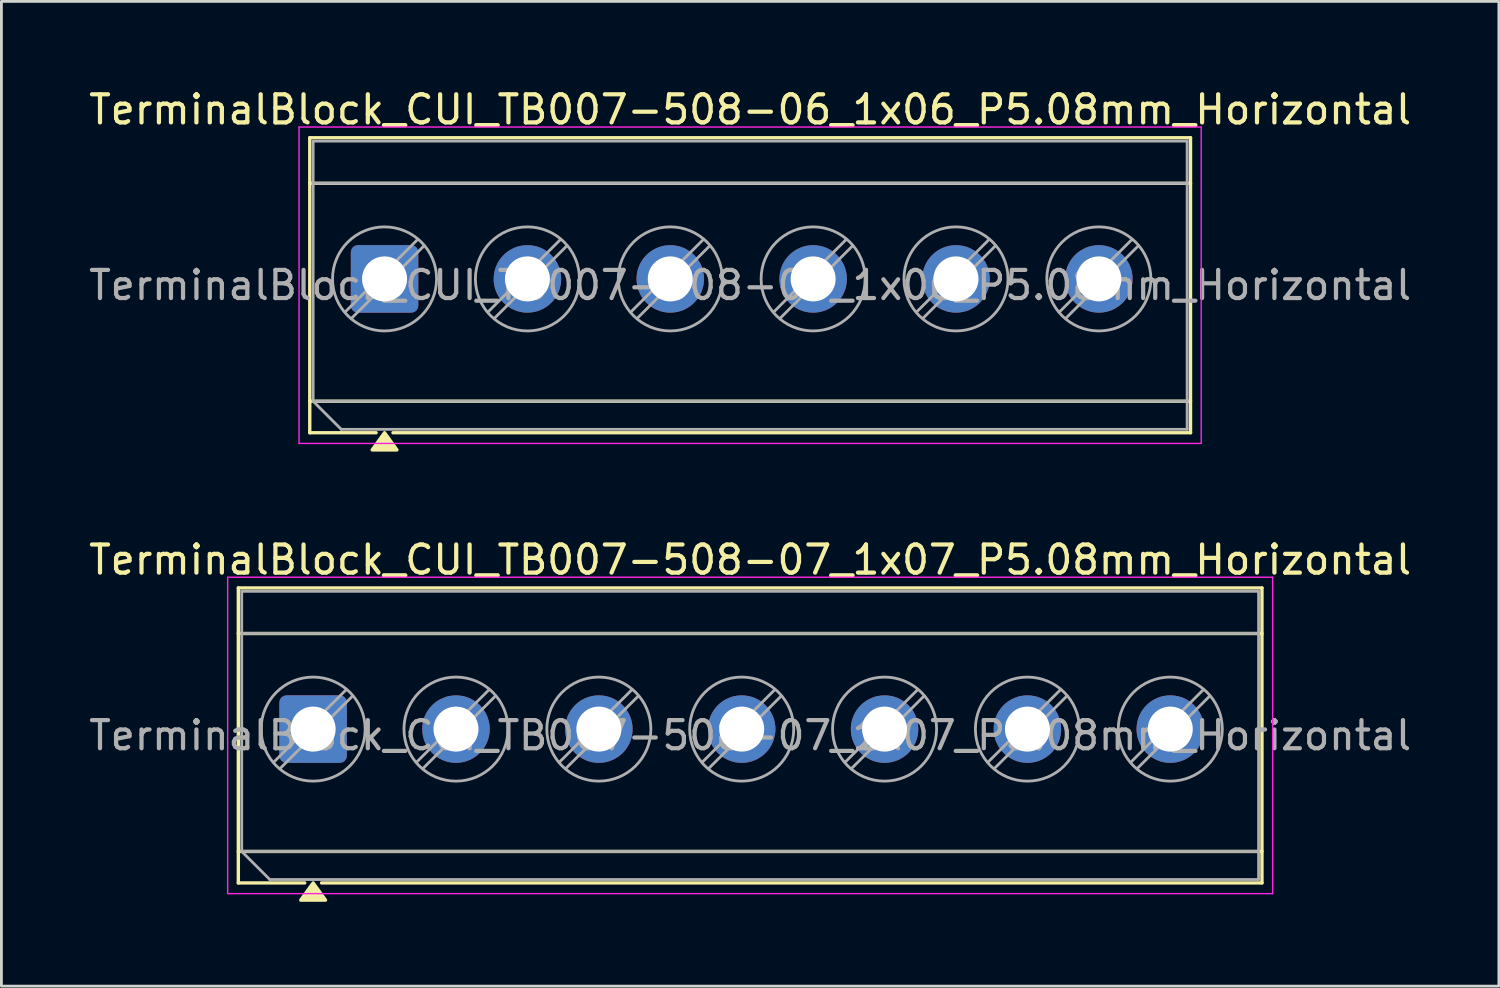
<source format=kicad_pcb>
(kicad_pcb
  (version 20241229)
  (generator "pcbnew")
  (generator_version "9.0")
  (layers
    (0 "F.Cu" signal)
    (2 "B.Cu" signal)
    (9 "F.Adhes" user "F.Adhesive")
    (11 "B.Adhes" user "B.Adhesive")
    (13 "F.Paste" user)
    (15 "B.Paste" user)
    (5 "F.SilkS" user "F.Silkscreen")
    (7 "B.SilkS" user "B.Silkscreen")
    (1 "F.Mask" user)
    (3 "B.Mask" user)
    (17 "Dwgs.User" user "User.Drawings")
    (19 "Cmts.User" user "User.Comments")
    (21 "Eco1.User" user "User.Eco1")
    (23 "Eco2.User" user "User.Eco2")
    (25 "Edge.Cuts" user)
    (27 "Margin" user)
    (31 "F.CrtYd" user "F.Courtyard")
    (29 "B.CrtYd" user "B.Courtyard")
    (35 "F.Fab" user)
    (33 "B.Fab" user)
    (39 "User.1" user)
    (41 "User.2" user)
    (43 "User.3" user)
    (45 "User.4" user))
  (footprint "TerminalBlock_CUI_TB007-508-07_1x07_P5.08mm_Horizontal"
    (layer "F.Cu")
    (at 8.085 22.877)
    (property "Reference" "TerminalBlock_CUI_TB007-508-07_1x07_P5.08mm_Horizontal" (at 15.54 -6.02 0) (layer "F.SilkS") (effects (font (size 1 1) (thickness 0.15))))
    (attr through_hole)
    (fp_line (start -2.66 -5.02) (end 33.74 -5.02) (stroke (width 0.12) (type solid)) (layer "F.SilkS"))
    (fp_line (start -2.66 -3.4) (end 33.74 -3.4) (stroke (width 0.12) (type solid)) (layer "F.SilkS"))
    (fp_line (start -2.66 4.35) (end 33.74 4.35) (stroke (width 0.12) (type solid)) (layer "F.SilkS"))
    (fp_line (start -2.66 5.47) (end -2.66 -5.02) (stroke (width 0.12) (type solid)) (layer "F.SilkS"))
    (fp_line (start -0.3 5.47) (end -2.66 5.47) (stroke (width 0.12) (type solid)) (layer "F.SilkS"))
    (fp_line (start 33.74 -5.02) (end 33.74 5.47) (stroke (width 0.12) (type solid)) (layer "F.SilkS"))
    (fp_line (start 33.74 5.47) (end 0.3 5.47) (stroke (width 0.12) (type solid)) (layer "F.SilkS"))
    (fp_poly (pts (xy 0 5.47) (xy 0.44 6.08) (xy -0.44 6.08)) (stroke (width 0.12) (type solid)) (fill yes) (layer "F.SilkS"))
    (fp_line (start -3.04 -5.4) (end -3.04 5.85) (stroke (width 0.05) (type solid)) (layer "F.CrtYd"))
    (fp_line (start -3.04 5.85) (end 34.12 5.85) (stroke (width 0.05) (type solid)) (layer "F.CrtYd"))
    (fp_line (start 34.12 -5.4) (end -3.04 -5.4) (stroke (width 0.05) (type solid)) (layer "F.CrtYd"))
    (fp_line (start 34.12 5.85) (end 34.12 -5.4) (stroke (width 0.05) (type solid)) (layer "F.CrtYd"))
    (fp_line (start -2.54 -4.9) (end 33.62 -4.9) (stroke (width 0.1) (type solid)) (layer "F.Fab"))
    (fp_line (start -2.54 -3.4) (end 33.62 -3.4) (stroke (width 0.1) (type solid)) (layer "F.Fab"))
    (fp_line (start -2.54 4.35) (end -2.54 -4.9) (stroke (width 0.1) (type solid)) (layer "F.Fab"))
    (fp_line (start -2.54 4.35) (end 33.62 4.35) (stroke (width 0.1) (type solid)) (layer "F.Fab"))
    (fp_line (start -1.54 5.35) (end -2.54 4.35) (stroke (width 0.1) (type solid)) (layer "F.Fab"))
    (fp_line (start 1.177 -1.403) (end -1.403 1.177) (stroke (width 0.1) (type solid)) (layer "F.Fab"))
    (fp_line (start 1.403 -1.177) (end -1.177 1.403) (stroke (width 0.1) (type solid)) (layer "F.Fab"))
    (fp_line (start 6.257 -1.403) (end 3.677 1.177) (stroke (width 0.1) (type solid)) (layer "F.Fab"))
    (fp_line (start 6.483 -1.177) (end 3.903 1.403) (stroke (width 0.1) (type solid)) (layer "F.Fab"))
    (fp_line (start 11.337 -1.403) (end 8.757 1.177) (stroke (width 0.1) (type solid)) (layer "F.Fab"))
    (fp_line (start 11.563 -1.177) (end 8.983 1.403) (stroke (width 0.1) (type solid)) (layer "F.Fab"))
    (fp_line (start 16.417 -1.403) (end 13.837 1.177) (stroke (width 0.1) (type solid)) (layer "F.Fab"))
    (fp_line (start 16.643 -1.177) (end 14.063 1.403) (stroke (width 0.1) (type solid)) (layer "F.Fab"))
    (fp_line (start 21.497 -1.403) (end 18.917 1.177) (stroke (width 0.1) (type solid)) (layer "F.Fab"))
    (fp_line (start 21.723 -1.177) (end 19.143 1.403) (stroke (width 0.1) (type solid)) (layer "F.Fab"))
    (fp_line (start 26.577 -1.403) (end 23.997 1.177) (stroke (width 0.1) (type solid)) (layer "F.Fab"))
    (fp_line (start 26.803 -1.177) (end 24.223 1.403) (stroke (width 0.1) (type solid)) (layer "F.Fab"))
    (fp_line (start 31.657 -1.403) (end 29.077 1.177) (stroke (width 0.1) (type solid)) (layer "F.Fab"))
    (fp_line (start 31.883 -1.177) (end 29.303 1.403) (stroke (width 0.1) (type solid)) (layer "F.Fab"))
    (fp_line (start 33.62 -4.9) (end 33.62 5.35) (stroke (width 0.1) (type solid)) (layer "F.Fab"))
    (fp_line (start 33.62 5.35) (end -1.54 5.35) (stroke (width 0.1) (type solid)) (layer "F.Fab"))
    (fp_circle (center 0 0) (end 1.85 0) (stroke (width 0.1) (type solid)) (fill no) (layer "F.Fab"))
    (fp_circle (center 5.08 0) (end 6.93 0) (stroke (width 0.1) (type solid)) (fill no) (layer "F.Fab"))
    (fp_circle (center 10.16 0) (end 12.01 0) (stroke (width 0.1) (type solid)) (fill no) (layer "F.Fab"))
    (fp_circle (center 15.24 0) (end 17.09 0) (stroke (width 0.1) (type solid)) (fill no) (layer "F.Fab"))
    (fp_circle (center 20.32 0) (end 22.17 0) (stroke (width 0.1) (type solid)) (fill no) (layer "F.Fab"))
    (fp_circle (center 25.4 0) (end 27.25 0) (stroke (width 0.1) (type solid)) (fill no) (layer "F.Fab"))
    (fp_circle (center 30.48 0) (end 32.33 0) (stroke (width 0.1) (type solid)) (fill no) (layer "F.Fab"))
    (fp_text user "${REFERENCE}" (at 15.54 0.225 0) (layer "F.Fab") (effects (font (size 1 1) (thickness 0.15))))
    (pad "1" thru_hole roundrect (at 0 0) (size 2.4 2.4) (drill 1.6) (layers "*.Cu" "*.Mask") (roundrect_rratio 0.104))
    (pad "2" thru_hole circle (at 5.08 0) (size 2.4 2.4) (drill 1.6) (layers "*.Cu" "*.Mask"))
    (pad "3" thru_hole circle (at 10.16 0) (size 2.4 2.4) (drill 1.6) (layers "*.Cu" "*.Mask"))
    (pad "4" thru_hole circle (at 15.24 0) (size 2.4 2.4) (drill 1.6) (layers "*.Cu" "*.Mask"))
    (pad "5" thru_hole circle (at 20.32 0) (size 2.4 2.4) (drill 1.6) (layers "*.Cu" "*.Mask"))
    (pad "6" thru_hole circle (at 25.4 0) (size 2.4 2.4) (drill 1.6) (layers "*.Cu" "*.Mask"))
    (pad "7" thru_hole circle (at 30.48 0) (size 2.4 2.4) (drill 1.6) (layers "*.Cu" "*.Mask")))
  (footprint "TerminalBlock_CUI_TB007-508-06_1x06_P5.08mm_Horizontal"
    (layer "F.Cu")
    (at 10.625 6.868)
    (property "Reference" "TerminalBlock_CUI_TB007-508-06_1x06_P5.08mm_Horizontal" (at 13 -6.02 0) (layer "F.SilkS") (effects (font (size 1 1) (thickness 0.15))))
    (attr through_hole)
    (fp_line (start -2.66 -5.02) (end 28.66 -5.02) (stroke (width 0.12) (type solid)) (layer "F.SilkS"))
    (fp_line (start -2.66 -3.4) (end 28.66 -3.4) (stroke (width 0.12) (type solid)) (layer "F.SilkS"))
    (fp_line (start -2.66 4.35) (end 28.66 4.35) (stroke (width 0.12) (type solid)) (layer "F.SilkS"))
    (fp_line (start -2.66 5.47) (end -2.66 -5.02) (stroke (width 0.12) (type solid)) (layer "F.SilkS"))
    (fp_line (start -0.3 5.47) (end -2.66 5.47) (stroke (width 0.12) (type solid)) (layer "F.SilkS"))
    (fp_line (start 28.66 -5.02) (end 28.66 5.47) (stroke (width 0.12) (type solid)) (layer "F.SilkS"))
    (fp_line (start 28.66 5.47) (end 0.3 5.47) (stroke (width 0.12) (type solid)) (layer "F.SilkS"))
    (fp_poly (pts (xy 0 5.47) (xy 0.44 6.08) (xy -0.44 6.08)) (stroke (width 0.12) (type solid)) (fill yes) (layer "F.SilkS"))
    (fp_line (start -3.04 -5.4) (end -3.04 5.85) (stroke (width 0.05) (type solid)) (layer "F.CrtYd"))
    (fp_line (start -3.04 5.85) (end 29.04 5.85) (stroke (width 0.05) (type solid)) (layer "F.CrtYd"))
    (fp_line (start 29.04 -5.4) (end -3.04 -5.4) (stroke (width 0.05) (type solid)) (layer "F.CrtYd"))
    (fp_line (start 29.04 5.85) (end 29.04 -5.4) (stroke (width 0.05) (type solid)) (layer "F.CrtYd"))
    (fp_line (start -2.54 -4.9) (end 28.54 -4.9) (stroke (width 0.1) (type solid)) (layer "F.Fab"))
    (fp_line (start -2.54 -3.4) (end 28.54 -3.4) (stroke (width 0.1) (type solid)) (layer "F.Fab"))
    (fp_line (start -2.54 4.35) (end -2.54 -4.9) (stroke (width 0.1) (type solid)) (layer "F.Fab"))
    (fp_line (start -2.54 4.35) (end 28.54 4.35) (stroke (width 0.1) (type solid)) (layer "F.Fab"))
    (fp_line (start -1.54 5.35) (end -2.54 4.35) (stroke (width 0.1) (type solid)) (layer "F.Fab"))
    (fp_line (start 1.177 -1.403) (end -1.403 1.177) (stroke (width 0.1) (type solid)) (layer "F.Fab"))
    (fp_line (start 1.403 -1.177) (end -1.177 1.403) (stroke (width 0.1) (type solid)) (layer "F.Fab"))
    (fp_line (start 6.257 -1.403) (end 3.677 1.177) (stroke (width 0.1) (type solid)) (layer "F.Fab"))
    (fp_line (start 6.483 -1.177) (end 3.903 1.403) (stroke (width 0.1) (type solid)) (layer "F.Fab"))
    (fp_line (start 11.337 -1.403) (end 8.757 1.177) (stroke (width 0.1) (type solid)) (layer "F.Fab"))
    (fp_line (start 11.563 -1.177) (end 8.983 1.403) (stroke (width 0.1) (type solid)) (layer "F.Fab"))
    (fp_line (start 16.417 -1.403) (end 13.837 1.177) (stroke (width 0.1) (type solid)) (layer "F.Fab"))
    (fp_line (start 16.643 -1.177) (end 14.063 1.403) (stroke (width 0.1) (type solid)) (layer "F.Fab"))
    (fp_line (start 21.497 -1.403) (end 18.917 1.177) (stroke (width 0.1) (type solid)) (layer "F.Fab"))
    (fp_line (start 21.723 -1.177) (end 19.143 1.403) (stroke (width 0.1) (type solid)) (layer "F.Fab"))
    (fp_line (start 26.577 -1.403) (end 23.997 1.177) (stroke (width 0.1) (type solid)) (layer "F.Fab"))
    (fp_line (start 26.803 -1.177) (end 24.223 1.403) (stroke (width 0.1) (type solid)) (layer "F.Fab"))
    (fp_line (start 28.54 -4.9) (end 28.54 5.35) (stroke (width 0.1) (type solid)) (layer "F.Fab"))
    (fp_line (start 28.54 5.35) (end -1.54 5.35) (stroke (width 0.1) (type solid)) (layer "F.Fab"))
    (fp_circle (center 0 0) (end 1.85 0) (stroke (width 0.1) (type solid)) (fill no) (layer "F.Fab"))
    (fp_circle (center 5.08 0) (end 6.93 0) (stroke (width 0.1) (type solid)) (fill no) (layer "F.Fab"))
    (fp_circle (center 10.16 0) (end 12.01 0) (stroke (width 0.1) (type solid)) (fill no) (layer "F.Fab"))
    (fp_circle (center 15.24 0) (end 17.09 0) (stroke (width 0.1) (type solid)) (fill no) (layer "F.Fab"))
    (fp_circle (center 20.32 0) (end 22.17 0) (stroke (width 0.1) (type solid)) (fill no) (layer "F.Fab"))
    (fp_circle (center 25.4 0) (end 27.25 0) (stroke (width 0.1) (type solid)) (fill no) (layer "F.Fab"))
    (fp_text user "${REFERENCE}" (at 13 0.225 0) (layer "F.Fab") (effects (font (size 1 1) (thickness 0.15))))
    (pad "1" thru_hole roundrect (at 0 0) (size 2.4 2.4) (drill 1.6) (layers "*.Cu" "*.Mask") (roundrect_rratio 0.104))
    (pad "2" thru_hole circle (at 5.08 0) (size 2.4 2.4) (drill 1.6) (layers "*.Cu" "*.Mask"))
    (pad "3" thru_hole circle (at 10.16 0) (size 2.4 2.4) (drill 1.6) (layers "*.Cu" "*.Mask"))
    (pad "4" thru_hole circle (at 15.24 0) (size 2.4 2.4) (drill 1.6) (layers "*.Cu" "*.Mask"))
    (pad "5" thru_hole circle (at 20.32 0) (size 2.4 2.4) (drill 1.6) (layers "*.Cu" "*.Mask"))
    (pad "6" thru_hole circle (at 25.4 0) (size 2.4 2.4) (drill 1.6) (layers "*.Cu" "*.Mask")))
  (gr_rect
    (start -3 -3)
    (end 50.25 32.017)
    (stroke (width 0.1) (type default))
    (fill no)
    (layer "Edge.Cuts")))
</source>
